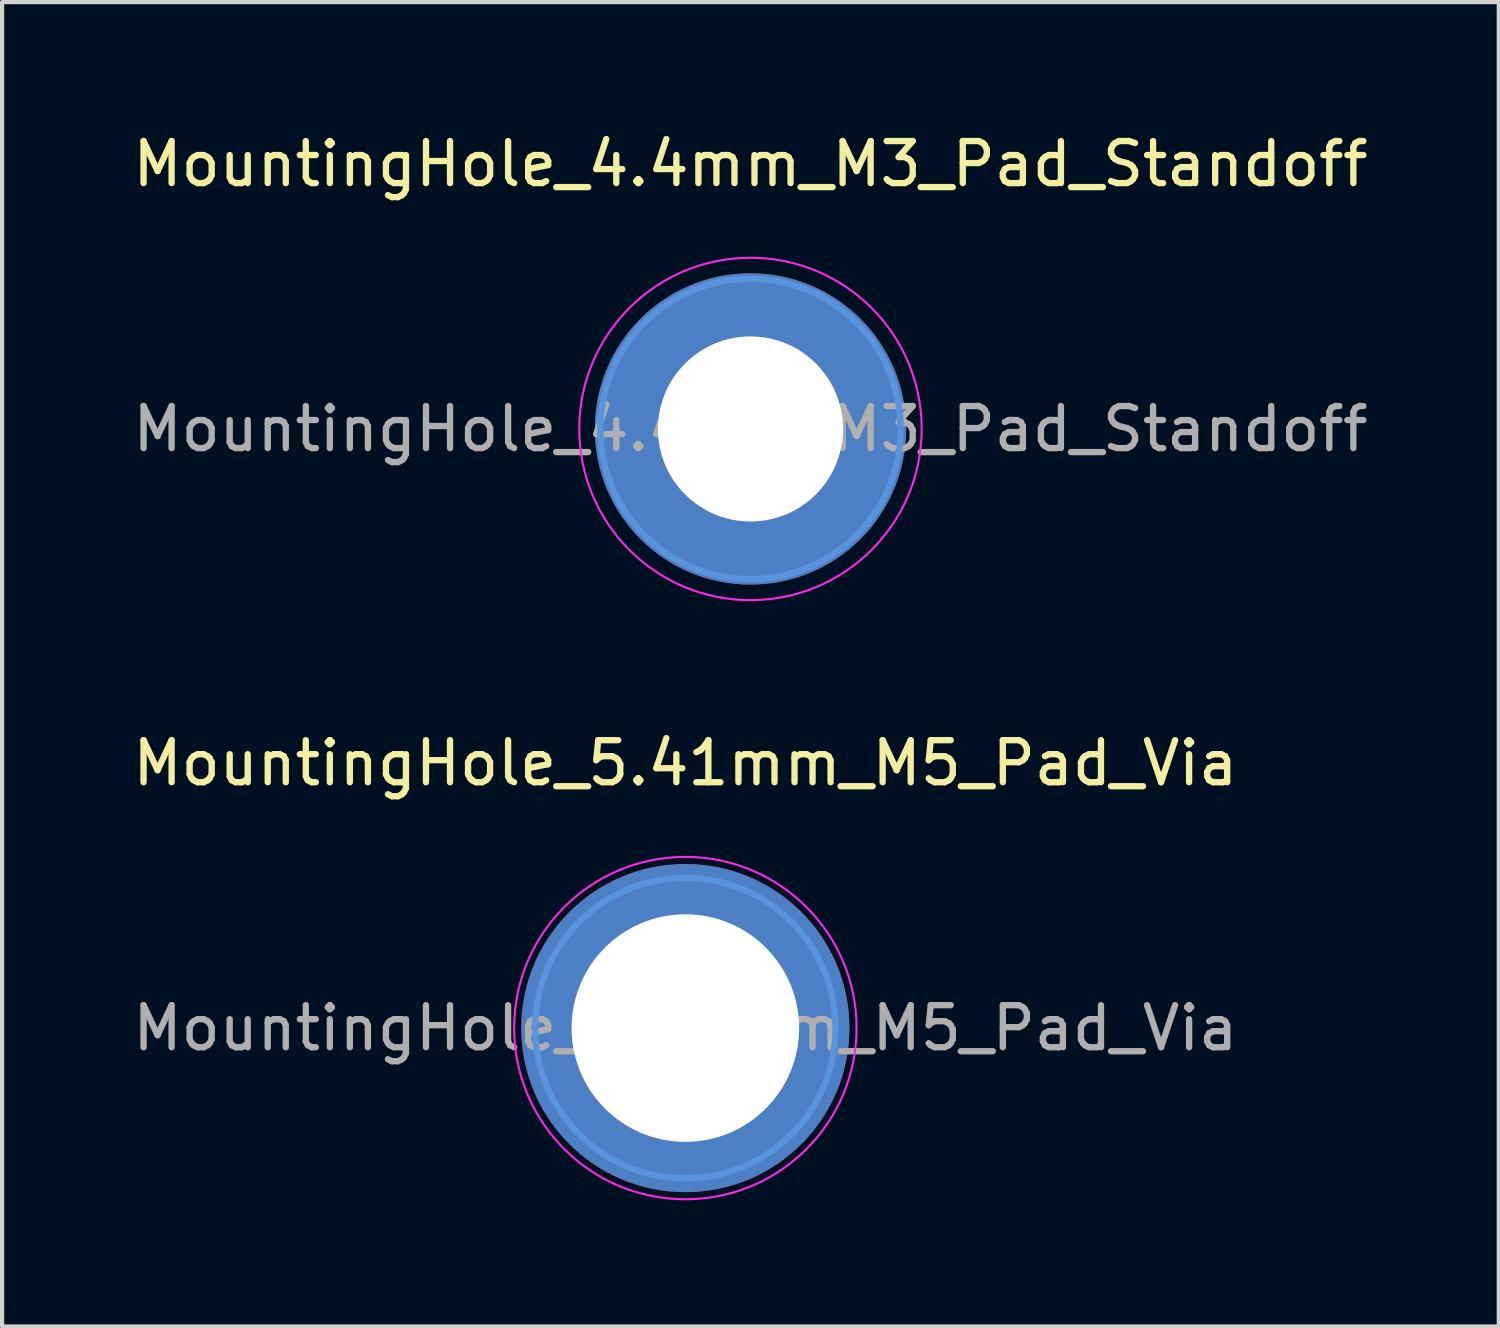
<source format=kicad_pcb>
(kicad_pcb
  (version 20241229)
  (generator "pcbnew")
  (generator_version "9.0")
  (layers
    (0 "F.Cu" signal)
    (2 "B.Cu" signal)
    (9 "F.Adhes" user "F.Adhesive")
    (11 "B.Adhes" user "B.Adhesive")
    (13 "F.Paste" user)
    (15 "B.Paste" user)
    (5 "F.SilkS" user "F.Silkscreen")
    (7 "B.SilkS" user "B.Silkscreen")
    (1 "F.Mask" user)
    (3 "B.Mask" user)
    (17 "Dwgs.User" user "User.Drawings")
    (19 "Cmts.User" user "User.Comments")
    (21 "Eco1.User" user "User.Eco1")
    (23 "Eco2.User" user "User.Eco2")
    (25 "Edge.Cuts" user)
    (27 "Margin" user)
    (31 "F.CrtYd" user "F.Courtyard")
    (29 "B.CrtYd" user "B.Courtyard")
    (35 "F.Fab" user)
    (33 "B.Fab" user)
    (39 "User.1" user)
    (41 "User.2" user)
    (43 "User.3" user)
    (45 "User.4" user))
  (footprint "MountingHole_5.41mm_M5_Pad_Via"
    (layer "F.Cu")
    (at 13.244 21.392)
    (property "Reference" "MountingHole_5.41mm_M5_Pad_Via" (at 0 -6.3 0) (layer "F.SilkS") (effects (font (size 1 1) (thickness 0.15))))
    (attr exclude_from_pos_files exclude_from_bom)
    (fp_circle (center 0 0) (end 3.57 0) (stroke (width 0.15) (type solid)) (fill no) (layer "Cmts.User"))
    (fp_circle (center 0 0) (end 4.07 0) (stroke (width 0.05) (type solid)) (fill no) (layer "F.CrtYd"))
    (fp_text user "${REFERENCE}" (at 0 0 0) (layer "F.Fab") (effects (font (size 1 1) (thickness 0.15))))
    (pad "1" thru_hole circle (at 0 0) (size 7.8 7.8) (drill 5.41) (layers "*.Cu" "*.Mask")))
  (footprint "MountingHole_4.4mm_M3_Pad_Standoff"
    (layer "F.Cu")
    (at 14.792 7.148)
    (property "Reference" "MountingHole_4.4mm_M3_Pad_Standoff" (at 0 -6.3 0) (layer "F.SilkS") (effects (font (size 1 1) (thickness 0.15))))
    (fp_circle (center 0 0) (end 3.57 0) (stroke (width 0.15) (type solid)) (fill no) (layer "Cmts.User"))
    (fp_circle (center 0 0) (end 4.07 0) (stroke (width 0.05) (type solid)) (fill no) (layer "F.CrtYd"))
    (fp_text user "${REFERENCE}" (at 0 0 0) (layer "F.Fab") (effects (font (size 1 1) (thickness 0.15))))
    (pad "1" thru_hole circle (at 0 0) (size 7.4 7.4) (drill 4.4) (layers "*.Cu" "*.Mask")))
  (gr_rect
    (start -3 -3)
    (end 32.583 28.486)
    (stroke (width 0.1) (type default))
    (fill no)
    (layer "Edge.Cuts")))
</source>
